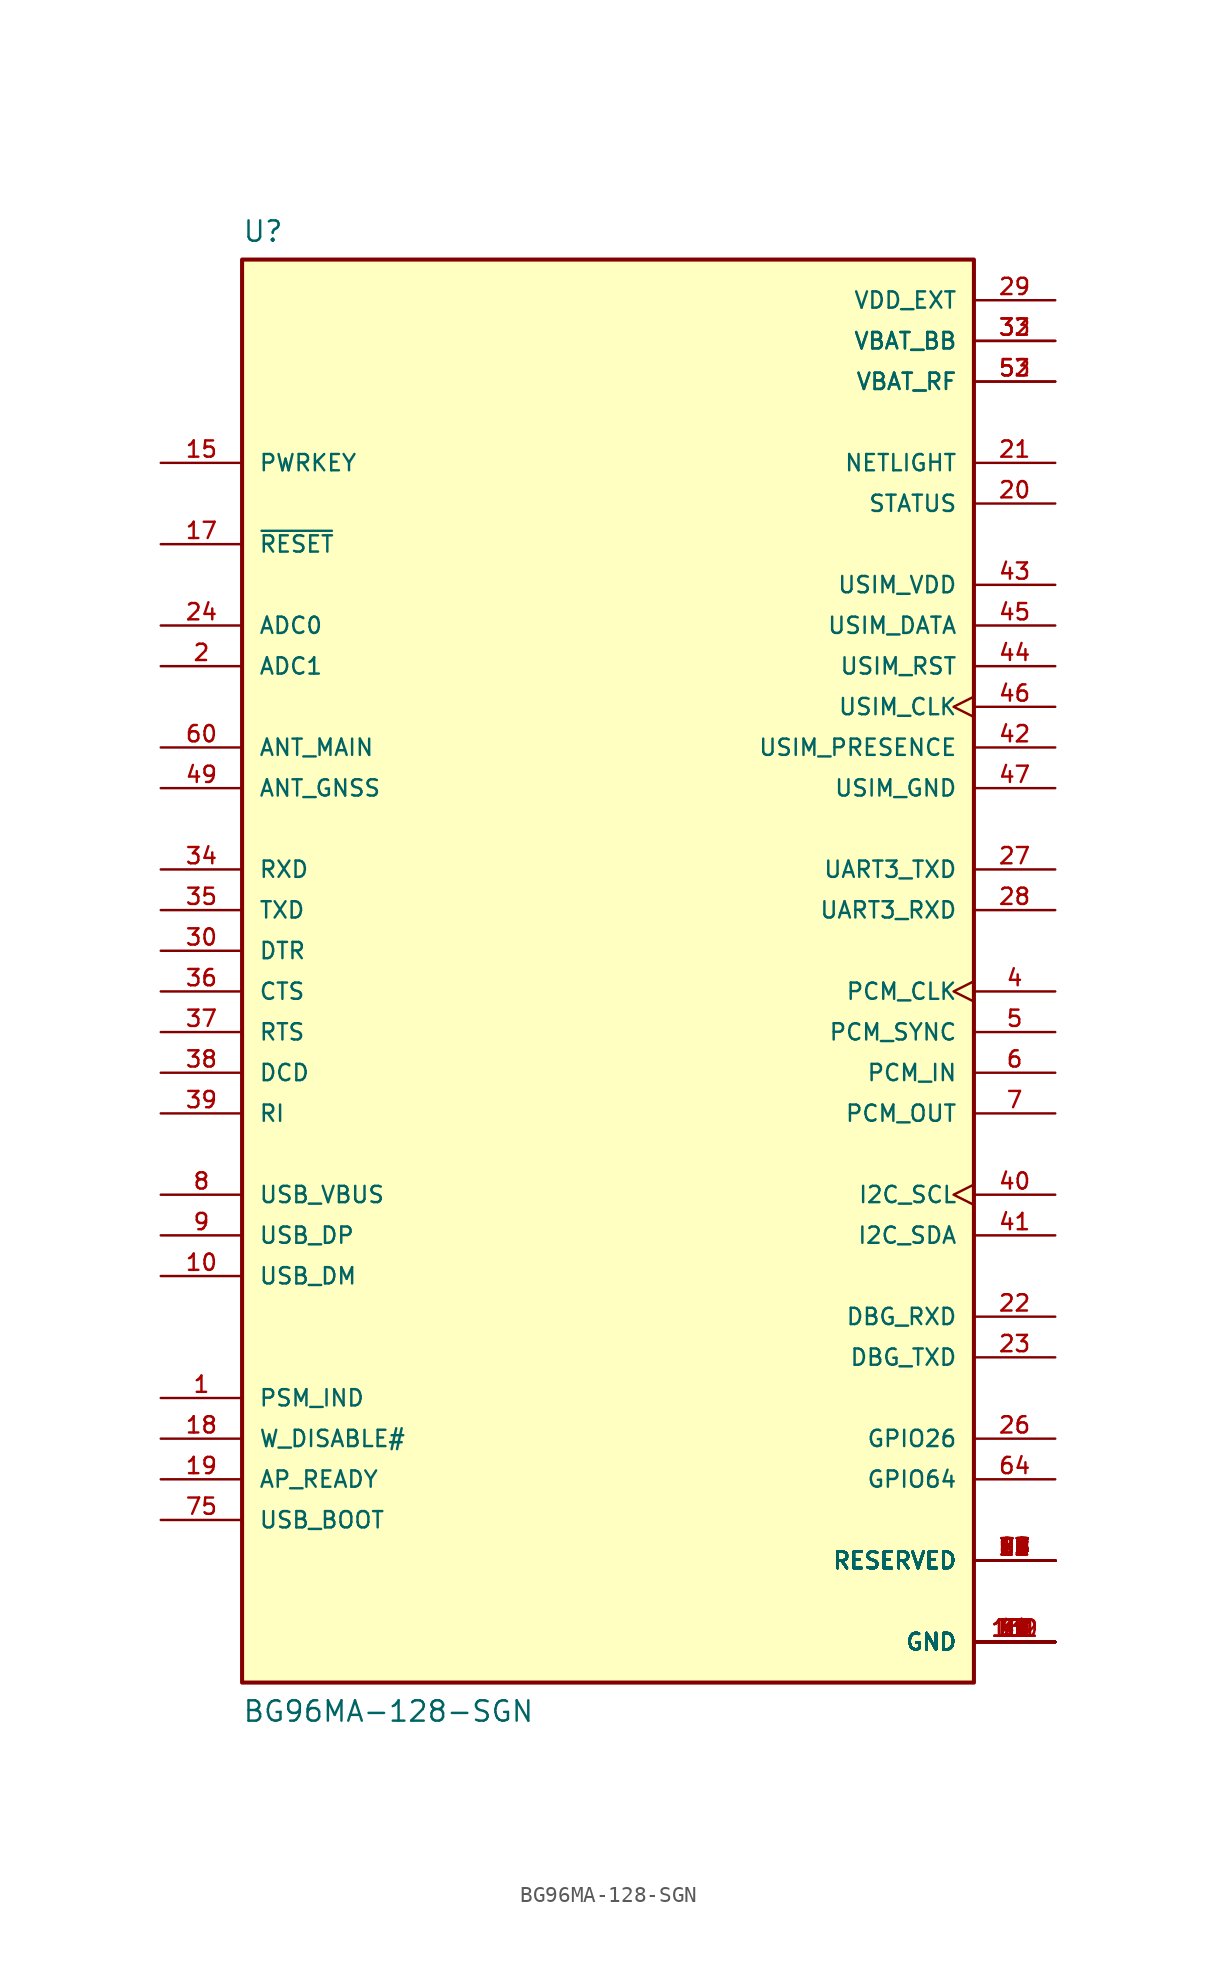
<source format=kicad_sym>
(kicad_symbol_lib
  (version 20211014)
  (generator kicad_symbol_editor)
  (symbol "BG96MA-128-SGN"
    (pin_names
      (offset 1.016))
    (property "Reference" "U"
      (at -22.86 44.196 0)
      (effects (font (size 1.27 1.27)) (justify left bottom)))
    (property "Value" "BG96MA-128-SGN"
      (at -22.86 -48.26 0)
      (effects (font (size 1.27 1.27)) (justify left bottom)))
    (property "ki_locked" ""
      (at 0 0 0)
      (effects (font (size 1.27 1.27))))
    (symbol "BG96MA-128-SGN_0_0"
      (rectangle (start -22.86 -45.72) (end 22.86 43.18) (stroke (width 0.254) (type default) (color 0 0 0 0)) (fill (type background)))
      (pin output line (at -27.94 -27.94 0) (length 5.08) (name "PSM_IND" (effects (font (size 1.016 1.016)))) (number "1" (effects (font (size 1.016 1.016)))))
      (pin bidirectional line (at -27.94 -20.32 0) (length 5.08) (name "USB_DM" (effects (font (size 1.016 1.016)))) (number "10" (effects (font (size 1.016 1.016)))))
      (pin power_in line (at 27.94 -43.18 180) (length 5.08) (name "GND" (effects (font (size 1.016 1.016)))) (number "100" (effects (font (size 1.016 1.016)))))
      (pin power_in line (at 27.94 -43.18 180) (length 5.08) (name "GND" (effects (font (size 1.016 1.016)))) (number "101" (effects (font (size 1.016 1.016)))))
      (pin power_in line (at 27.94 -43.18 180) (length 5.08) (name "GND" (effects (font (size 1.016 1.016)))) (number "102" (effects (font (size 1.016 1.016)))))
      (pin passive line (at 27.94 -38.1 180) (length 5.08) (name "RESERVED" (effects (font (size 1.016 1.016)))) (number "11" (effects (font (size 1.016 1.016)))))
      (pin passive line (at 27.94 -38.1 180) (length 5.08) (name "RESERVED" (effects (font (size 1.016 1.016)))) (number "12" (effects (font (size 1.016 1.016)))))
      (pin passive line (at 27.94 -38.1 180) (length 5.08) (name "RESERVED" (effects (font (size 1.016 1.016)))) (number "13" (effects (font (size 1.016 1.016)))))
      (pin passive line (at 27.94 -38.1 180) (length 5.08) (name "RESERVED" (effects (font (size 1.016 1.016)))) (number "14" (effects (font (size 1.016 1.016)))))
      (pin input line (at -27.94 30.48 0) (length 5.08) (name "PWRKEY" (effects (font (size 1.016 1.016)))) (number "15" (effects (font (size 1.016 1.016)))))
      (pin passive line (at 27.94 -38.1 180) (length 5.08) (name "RESERVED" (effects (font (size 1.016 1.016)))) (number "16" (effects (font (size 1.016 1.016)))))
      (pin input line (at -27.94 25.4 0) (length 5.08) (name "~{RESET}" (effects (font (size 1.016 1.016)))) (number "17" (effects (font (size 1.016 1.016)))))
      (pin input line (at -27.94 -30.48 0) (length 5.08) (name "W_DISABLE#" (effects (font (size 1.016 1.016)))) (number "18" (effects (font (size 1.016 1.016)))))
      (pin input line (at -27.94 -33.02 0) (length 5.08) (name "AP_READY" (effects (font (size 1.016 1.016)))) (number "19" (effects (font (size 1.016 1.016)))))
      (pin input line (at -27.94 17.78 0) (length 5.08) (name "ADC1" (effects (font (size 1.016 1.016)))) (number "2" (effects (font (size 1.016 1.016)))))
      (pin output line (at 27.94 27.94 180) (length 5.08) (name "STATUS" (effects (font (size 1.016 1.016)))) (number "20" (effects (font (size 1.016 1.016)))))
      (pin output line (at 27.94 30.48 180) (length 5.08) (name "NETLIGHT" (effects (font (size 1.016 1.016)))) (number "21" (effects (font (size 1.016 1.016)))))
      (pin input line (at 27.94 -22.86 180) (length 5.08) (name "DBG_RXD" (effects (font (size 1.016 1.016)))) (number "22" (effects (font (size 1.016 1.016)))))
      (pin output line (at 27.94 -25.4 180) (length 5.08) (name "DBG_TXD" (effects (font (size 1.016 1.016)))) (number "23" (effects (font (size 1.016 1.016)))))
      (pin input line (at -27.94 20.32 0) (length 5.08) (name "ADC0" (effects (font (size 1.016 1.016)))) (number "24" (effects (font (size 1.016 1.016)))))
      (pin passive line (at 27.94 -38.1 180) (length 5.08) (name "RESERVED" (effects (font (size 1.016 1.016)))) (number "25" (effects (font (size 1.016 1.016)))))
      (pin bidirectional line (at 27.94 -30.48 180) (length 5.08) (name "GPIO26" (effects (font (size 1.016 1.016)))) (number "26" (effects (font (size 1.016 1.016)))))
      (pin output line (at 27.94 5.08 180) (length 5.08) (name "UART3_TXD" (effects (font (size 1.016 1.016)))) (number "27" (effects (font (size 1.016 1.016)))))
      (pin input line (at 27.94 2.54 180) (length 5.08) (name "UART3_RXD" (effects (font (size 1.016 1.016)))) (number "28" (effects (font (size 1.016 1.016)))))
      (pin power_in line (at 27.94 40.64 180) (length 5.08) (name "VDD_EXT" (effects (font (size 1.016 1.016)))) (number "29" (effects (font (size 1.016 1.016)))))
      (pin power_in line (at 27.94 -43.18 180) (length 5.08) (name "GND" (effects (font (size 1.016 1.016)))) (number "3" (effects (font (size 1.016 1.016)))))
      (pin input line (at -27.94 0 0) (length 5.08) (name "DTR" (effects (font (size 1.016 1.016)))) (number "30" (effects (font (size 1.016 1.016)))))
      (pin power_in line (at 27.94 -43.18 180) (length 5.08) (name "GND" (effects (font (size 1.016 1.016)))) (number "31" (effects (font (size 1.016 1.016)))))
      (pin power_in line (at 27.94 38.1 180) (length 5.08) (name "VBAT_BB" (effects (font (size 1.016 1.016)))) (number "32" (effects (font (size 1.016 1.016)))))
      (pin power_in line (at 27.94 38.1 180) (length 5.08) (name "VBAT_BB" (effects (font (size 1.016 1.016)))) (number "33" (effects (font (size 1.016 1.016)))))
      (pin input line (at -27.94 5.08 0) (length 5.08) (name "RXD" (effects (font (size 1.016 1.016)))) (number "34" (effects (font (size 1.016 1.016)))))
      (pin output line (at -27.94 2.54 0) (length 5.08) (name "TXD" (effects (font (size 1.016 1.016)))) (number "35" (effects (font (size 1.016 1.016)))))
      (pin output line (at -27.94 -2.54 0) (length 5.08) (name "CTS" (effects (font (size 1.016 1.016)))) (number "36" (effects (font (size 1.016 1.016)))))
      (pin input line (at -27.94 -5.08 0) (length 5.08) (name "RTS" (effects (font (size 1.016 1.016)))) (number "37" (effects (font (size 1.016 1.016)))))
      (pin output line (at -27.94 -7.62 0) (length 5.08) (name "DCD" (effects (font (size 1.016 1.016)))) (number "38" (effects (font (size 1.016 1.016)))))
      (pin output line (at -27.94 -10.16 0) (length 5.08) (name "RI" (effects (font (size 1.016 1.016)))) (number "39" (effects (font (size 1.016 1.016)))))
      (pin output clock (at 27.94 -2.54 180) (length 5.08) (name "PCM_CLK" (effects (font (size 1.016 1.016)))) (number "4" (effects (font (size 1.016 1.016)))))
      (pin output clock (at 27.94 -15.24 180) (length 5.08) (name "I2C_SCL" (effects (font (size 1.016 1.016)))) (number "40" (effects (font (size 1.016 1.016)))))
      (pin bidirectional line (at 27.94 -17.78 180) (length 5.08) (name "I2C_SDA" (effects (font (size 1.016 1.016)))) (number "41" (effects (font (size 1.016 1.016)))))
      (pin input line (at 27.94 12.7 180) (length 5.08) (name "USIM_PRESENCE" (effects (font (size 1.016 1.016)))) (number "42" (effects (font (size 1.016 1.016)))))
      (pin power_in line (at 27.94 22.86 180) (length 5.08) (name "USIM_VDD" (effects (font (size 1.016 1.016)))) (number "43" (effects (font (size 1.016 1.016)))))
      (pin output line (at 27.94 17.78 180) (length 5.08) (name "USIM_RST" (effects (font (size 1.016 1.016)))) (number "44" (effects (font (size 1.016 1.016)))))
      (pin bidirectional line (at 27.94 20.32 180) (length 5.08) (name "USIM_DATA" (effects (font (size 1.016 1.016)))) (number "45" (effects (font (size 1.016 1.016)))))
      (pin output clock (at 27.94 15.24 180) (length 5.08) (name "USIM_CLK" (effects (font (size 1.016 1.016)))) (number "46" (effects (font (size 1.016 1.016)))))
      (pin power_in line (at 27.94 10.16 180) (length 5.08) (name "USIM_GND" (effects (font (size 1.016 1.016)))) (number "47" (effects (font (size 1.016 1.016)))))
      (pin power_in line (at 27.94 -43.18 180) (length 5.08) (name "GND" (effects (font (size 1.016 1.016)))) (number "48" (effects (font (size 1.016 1.016)))))
      (pin input line (at -27.94 10.16 0) (length 5.08) (name "ANT_GNSS" (effects (font (size 1.016 1.016)))) (number "49" (effects (font (size 1.016 1.016)))))
      (pin output line (at 27.94 -5.08 180) (length 5.08) (name "PCM_SYNC" (effects (font (size 1.016 1.016)))) (number "5" (effects (font (size 1.016 1.016)))))
      (pin power_in line (at 27.94 -43.18 180) (length 5.08) (name "GND" (effects (font (size 1.016 1.016)))) (number "50" (effects (font (size 1.016 1.016)))))
      (pin passive line (at 27.94 -38.1 180) (length 5.08) (name "RESERVED" (effects (font (size 1.016 1.016)))) (number "51" (effects (font (size 1.016 1.016)))))
      (pin power_in line (at 27.94 35.56 180) (length 5.08) (name "VBAT_RF" (effects (font (size 1.016 1.016)))) (number "52" (effects (font (size 1.016 1.016)))))
      (pin power_in line (at 27.94 35.56 180) (length 5.08) (name "VBAT_RF" (effects (font (size 1.016 1.016)))) (number "53" (effects (font (size 1.016 1.016)))))
      (pin power_in line (at 27.94 -43.18 180) (length 5.08) (name "GND" (effects (font (size 1.016 1.016)))) (number "54" (effects (font (size 1.016 1.016)))))
      (pin power_in line (at 27.94 -43.18 180) (length 5.08) (name "GND" (effects (font (size 1.016 1.016)))) (number "55" (effects (font (size 1.016 1.016)))))
      (pin passive line (at 27.94 -38.1 180) (length 5.08) (name "RESERVED" (effects (font (size 1.016 1.016)))) (number "56" (effects (font (size 1.016 1.016)))))
      (pin passive line (at 27.94 -38.1 180) (length 5.08) (name "RESERVED" (effects (font (size 1.016 1.016)))) (number "57" (effects (font (size 1.016 1.016)))))
      (pin power_in line (at 27.94 -43.18 180) (length 5.08) (name "GND" (effects (font (size 1.016 1.016)))) (number "58" (effects (font (size 1.016 1.016)))))
      (pin power_in line (at 27.94 -43.18 180) (length 5.08) (name "GND" (effects (font (size 1.016 1.016)))) (number "59" (effects (font (size 1.016 1.016)))))
      (pin input line (at 27.94 -7.62 180) (length 5.08) (name "PCM_IN" (effects (font (size 1.016 1.016)))) (number "6" (effects (font (size 1.016 1.016)))))
      (pin bidirectional line (at -27.94 12.7 0) (length 5.08) (name "ANT_MAIN" (effects (font (size 1.016 1.016)))) (number "60" (effects (font (size 1.016 1.016)))))
      (pin power_in line (at 27.94 -43.18 180) (length 5.08) (name "GND" (effects (font (size 1.016 1.016)))) (number "61" (effects (font (size 1.016 1.016)))))
      (pin power_in line (at 27.94 -43.18 180) (length 5.08) (name "GND" (effects (font (size 1.016 1.016)))) (number "62" (effects (font (size 1.016 1.016)))))
      (pin passive line (at 27.94 -38.1 180) (length 5.08) (name "RESERVED" (effects (font (size 1.016 1.016)))) (number "63" (effects (font (size 1.016 1.016)))))
      (pin bidirectional line (at 27.94 -33.02 180) (length 5.08) (name "GPIO64" (effects (font (size 1.016 1.016)))) (number "64" (effects (font (size 1.016 1.016)))))
      (pin passive line (at 27.94 -38.1 180) (length 5.08) (name "RESERVED" (effects (font (size 1.016 1.016)))) (number "65" (effects (font (size 1.016 1.016)))))
      (pin passive line (at 27.94 -38.1 180) (length 5.08) (name "RESERVED" (effects (font (size 1.016 1.016)))) (number "66" (effects (font (size 1.016 1.016)))))
      (pin power_in line (at 27.94 -43.18 180) (length 5.08) (name "GND" (effects (font (size 1.016 1.016)))) (number "67" (effects (font (size 1.016 1.016)))))
      (pin power_in line (at 27.94 -43.18 180) (length 5.08) (name "GND" (effects (font (size 1.016 1.016)))) (number "68" (effects (font (size 1.016 1.016)))))
      (pin power_in line (at 27.94 -43.18 180) (length 5.08) (name "GND" (effects (font (size 1.016 1.016)))) (number "69" (effects (font (size 1.016 1.016)))))
      (pin output line (at 27.94 -10.16 180) (length 5.08) (name "PCM_OUT" (effects (font (size 1.016 1.016)))) (number "7" (effects (font (size 1.016 1.016)))))
      (pin power_in line (at 27.94 -43.18 180) (length 5.08) (name "GND" (effects (font (size 1.016 1.016)))) (number "70" (effects (font (size 1.016 1.016)))))
      (pin power_in line (at 27.94 -43.18 180) (length 5.08) (name "GND" (effects (font (size 1.016 1.016)))) (number "71" (effects (font (size 1.016 1.016)))))
      (pin power_in line (at 27.94 -43.18 180) (length 5.08) (name "GND" (effects (font (size 1.016 1.016)))) (number "72" (effects (font (size 1.016 1.016)))))
      (pin power_in line (at 27.94 -43.18 180) (length 5.08) (name "GND" (effects (font (size 1.016 1.016)))) (number "73" (effects (font (size 1.016 1.016)))))
      (pin power_in line (at 27.94 -43.18 180) (length 5.08) (name "GND" (effects (font (size 1.016 1.016)))) (number "74" (effects (font (size 1.016 1.016)))))
      (pin input line (at -27.94 -35.56 0) (length 5.08) (name "USB_BOOT" (effects (font (size 1.016 1.016)))) (number "75" (effects (font (size 1.016 1.016)))))
      (pin passive line (at 27.94 -38.1 180) (length 5.08) (name "RESERVED" (effects (font (size 1.016 1.016)))) (number "76" (effects (font (size 1.016 1.016)))))
      (pin passive line (at 27.94 -38.1 180) (length 5.08) (name "RESERVED" (effects (font (size 1.016 1.016)))) (number "77" (effects (font (size 1.016 1.016)))))
      (pin passive line (at 27.94 -38.1 180) (length 5.08) (name "RESERVED" (effects (font (size 1.016 1.016)))) (number "78" (effects (font (size 1.016 1.016)))))
      (pin power_in line (at 27.94 -43.18 180) (length 5.08) (name "GND" (effects (font (size 1.016 1.016)))) (number "79" (effects (font (size 1.016 1.016)))))
      (pin power_in line (at -27.94 -15.24 0) (length 5.08) (name "USB_VBUS" (effects (font (size 1.016 1.016)))) (number "8" (effects (font (size 1.016 1.016)))))
      (pin power_in line (at 27.94 -43.18 180) (length 5.08) (name "GND" (effects (font (size 1.016 1.016)))) (number "80" (effects (font (size 1.016 1.016)))))
      (pin power_in line (at 27.94 -43.18 180) (length 5.08) (name "GND" (effects (font (size 1.016 1.016)))) (number "81" (effects (font (size 1.016 1.016)))))
      (pin power_in line (at 27.94 -43.18 180) (length 5.08) (name "GND" (effects (font (size 1.016 1.016)))) (number "82" (effects (font (size 1.016 1.016)))))
      (pin passive line (at 27.94 -38.1 180) (length 5.08) (name "RESERVED" (effects (font (size 1.016 1.016)))) (number "83" (effects (font (size 1.016 1.016)))))
      (pin passive line (at 27.94 -38.1 180) (length 5.08) (name "RESERVED" (effects (font (size 1.016 1.016)))) (number "84" (effects (font (size 1.016 1.016)))))
      (pin passive line (at 27.94 -38.1 180) (length 5.08) (name "RESERVED" (effects (font (size 1.016 1.016)))) (number "85" (effects (font (size 1.016 1.016)))))
      (pin passive line (at 27.94 -38.1 180) (length 5.08) (name "RESERVED" (effects (font (size 1.016 1.016)))) (number "86" (effects (font (size 1.016 1.016)))))
      (pin passive line (at 27.94 -38.1 180) (length 5.08) (name "RESERVED" (effects (font (size 1.016 1.016)))) (number "87" (effects (font (size 1.016 1.016)))))
      (pin passive line (at 27.94 -38.1 180) (length 5.08) (name "RESERVED" (effects (font (size 1.016 1.016)))) (number "88" (effects (font (size 1.016 1.016)))))
      (pin power_in line (at 27.94 -43.18 180) (length 5.08) (name "GND" (effects (font (size 1.016 1.016)))) (number "89" (effects (font (size 1.016 1.016)))))
      (pin bidirectional line (at -27.94 -17.78 0) (length 5.08) (name "USB_DP" (effects (font (size 1.016 1.016)))) (number "9" (effects (font (size 1.016 1.016)))))
      (pin power_in line (at 27.94 -43.18 180) (length 5.08) (name "GND" (effects (font (size 1.016 1.016)))) (number "90" (effects (font (size 1.016 1.016)))))
      (pin power_in line (at 27.94 -43.18 180) (length 5.08) (name "GND" (effects (font (size 1.016 1.016)))) (number "91" (effects (font (size 1.016 1.016)))))
      (pin passive line (at 27.94 -38.1 180) (length 5.08) (name "RESERVED" (effects (font (size 1.016 1.016)))) (number "92" (effects (font (size 1.016 1.016)))))
      (pin passive line (at 27.94 -38.1 180) (length 5.08) (name "RESERVED" (effects (font (size 1.016 1.016)))) (number "93" (effects (font (size 1.016 1.016)))))
      (pin passive line (at 27.94 -38.1 180) (length 5.08) (name "RESERVED" (effects (font (size 1.016 1.016)))) (number "94" (effects (font (size 1.016 1.016)))))
      (pin passive line (at 27.94 -38.1 180) (length 5.08) (name "RESERVED" (effects (font (size 1.016 1.016)))) (number "95" (effects (font (size 1.016 1.016)))))
      (pin passive line (at 27.94 -38.1 180) (length 5.08) (name "RESERVED" (effects (font (size 1.016 1.016)))) (number "96" (effects (font (size 1.016 1.016)))))
      (pin passive line (at 27.94 -38.1 180) (length 5.08) (name "RESERVED" (effects (font (size 1.016 1.016)))) (number "97" (effects (font (size 1.016 1.016)))))
      (pin passive line (at 27.94 -38.1 180) (length 5.08) (name "RESERVED" (effects (font (size 1.016 1.016)))) (number "98" (effects (font (size 1.016 1.016)))))
      (pin passive line (at 27.94 -38.1 180) (length 5.08) (name "RESERVED" (effects (font (size 1.016 1.016)))) (number "99" (effects (font (size 1.016 1.016))))))))
</source>
